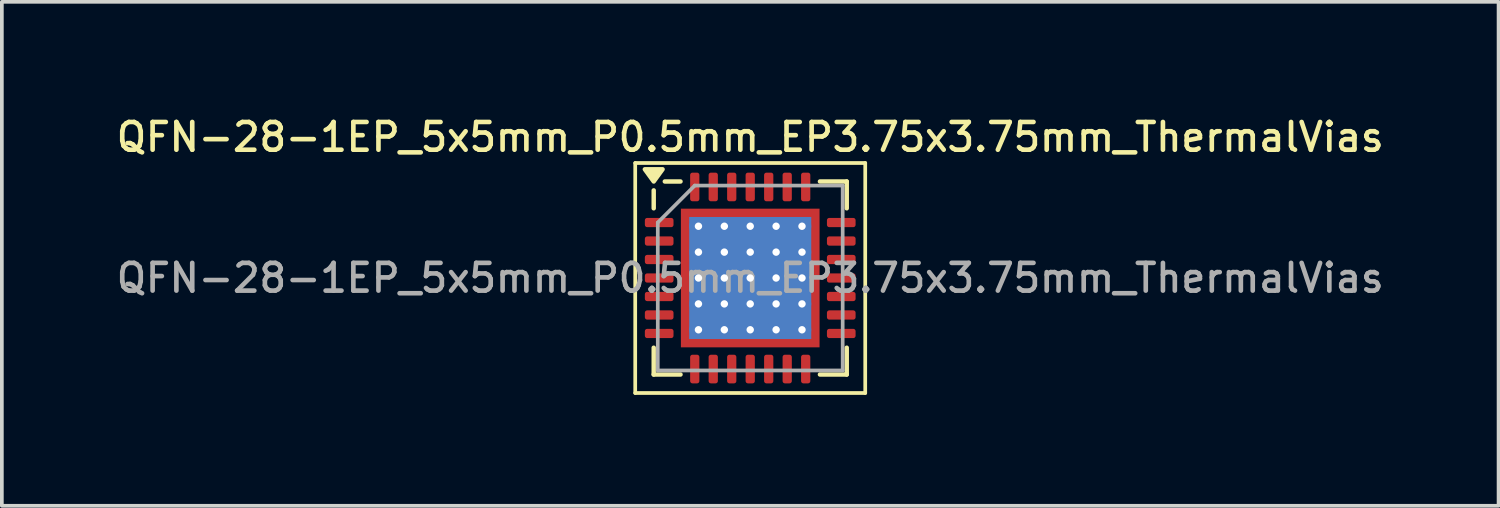
<source format=kicad_pcb>
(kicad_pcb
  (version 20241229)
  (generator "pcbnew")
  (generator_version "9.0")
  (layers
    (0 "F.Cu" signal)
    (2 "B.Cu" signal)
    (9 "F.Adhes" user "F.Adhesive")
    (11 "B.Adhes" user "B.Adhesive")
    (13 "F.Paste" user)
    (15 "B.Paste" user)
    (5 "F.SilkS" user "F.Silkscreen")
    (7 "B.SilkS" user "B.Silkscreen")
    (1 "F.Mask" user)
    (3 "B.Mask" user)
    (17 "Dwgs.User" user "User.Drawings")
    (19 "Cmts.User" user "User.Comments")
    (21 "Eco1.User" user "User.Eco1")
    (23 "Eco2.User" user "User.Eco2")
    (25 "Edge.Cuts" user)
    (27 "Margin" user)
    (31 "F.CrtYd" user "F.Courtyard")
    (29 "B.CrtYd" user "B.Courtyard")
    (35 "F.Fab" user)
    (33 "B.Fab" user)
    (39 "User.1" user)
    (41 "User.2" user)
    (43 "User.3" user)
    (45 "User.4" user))
  (footprint "QFN-28-1EP_5x5mm_P0.5mm_EP3.75x3.75mm_ThermalVias"
    (layer "F.Cu")
    (at 17.238 4.468)
    (property "Reference" "QFN-28-1EP_5x5mm_P0.5mm_EP3.75x3.75mm_ThermalVias" (at 0 -3.81 0) (layer "F.SilkS") (effects (font (size 0.75 0.75) (thickness 0.125))))
    (attr smd)
    (fp_line (start -3.11 -3.11) (end -3.11 3.11) (stroke (width 0.1) (type solid)) (layer "F.SilkS"))
    (fp_line (start -3.11 3.11) (end 3.11 3.11) (stroke (width 0.1) (type solid)) (layer "F.SilkS"))
    (fp_line (start -2.61 -1.885) (end -2.61 -2.37) (stroke (width 0.12) (type solid)) (layer "F.SilkS"))
    (fp_line (start -2.61 2.61) (end -2.61 1.885) (stroke (width 0.12) (type solid)) (layer "F.SilkS"))
    (fp_line (start -1.885 -2.61) (end -2.31 -2.61) (stroke (width 0.12) (type solid)) (layer "F.SilkS"))
    (fp_line (start -1.885 2.61) (end -2.61 2.61) (stroke (width 0.12) (type solid)) (layer "F.SilkS"))
    (fp_line (start 1.885 -2.61) (end 2.61 -2.61) (stroke (width 0.12) (type solid)) (layer "F.SilkS"))
    (fp_line (start 1.885 2.61) (end 2.61 2.61) (stroke (width 0.12) (type solid)) (layer "F.SilkS"))
    (fp_line (start 2.61 -2.61) (end 2.61 -1.885) (stroke (width 0.12) (type solid)) (layer "F.SilkS"))
    (fp_line (start 2.61 2.61) (end 2.61 1.885) (stroke (width 0.12) (type solid)) (layer "F.SilkS"))
    (fp_line (start 3.11 -3.11) (end -3.11 -3.11) (stroke (width 0.1) (type solid)) (layer "F.SilkS"))
    (fp_line (start 3.11 3.11) (end 3.11 -3.11) (stroke (width 0.1) (type solid)) (layer "F.SilkS"))
    (fp_poly (pts (xy -2.61 -2.61) (xy -2.85 -2.94) (xy -2.37 -2.94) (xy -2.61 -2.61)) (stroke (width 0.12) (type solid)) (fill yes) (layer "F.SilkS"))
    (fp_line (start -2.5 -1.5) (end -1.5 -2.5) (stroke (width 0.1) (type solid)) (layer "F.Fab"))
    (fp_line (start -2.5 2.5) (end -2.5 -1.5) (stroke (width 0.1) (type solid)) (layer "F.Fab"))
    (fp_line (start -1.5 -2.5) (end 2.5 -2.5) (stroke (width 0.1) (type solid)) (layer "F.Fab"))
    (fp_line (start 2.5 -2.5) (end 2.5 2.5) (stroke (width 0.1) (type solid)) (layer "F.Fab"))
    (fp_line (start 2.5 2.5) (end -2.5 2.5) (stroke (width 0.1) (type solid)) (layer "F.Fab"))
    (fp_text user "${REFERENCE}" (at 0 0 0) (layer "F.Fab") (effects (font (size 0.75 0.75) (thickness 0.125))))
    (pad "" smd custom (at -1.637 -1.637) (size 0.248 0.248) (layers "F.Paste") (options (anchor circle)) (primitives (gr_poly (pts (xy -0.096 -0.096) (xy 0.096 -0.096) (xy 0.096 -0.039) (xy -0.039 0.096) (xy -0.096 0.096)) (width 0.191) (fill yes))))
    (pad "" smd custom (at -1.637 -1.05) (size 0.263 0.263) (layers "F.Paste") (options (anchor circle)) (primitives (gr_poly (pts (xy -0.096 -0.186) (xy -0.017 -0.186) (xy 0.096 -0.074) (xy 0.096 0.074) (xy -0.017 0.186) (xy -0.096 0.186)) (width 0.191) (fill yes))))
    (pad "" smd custom (at -1.637 -0.35) (size 0.263 0.263) (layers "F.Paste") (options (anchor circle)) (primitives (gr_poly (pts (xy -0.096 -0.186) (xy -0.017 -0.186) (xy 0.096 -0.074) (xy 0.096 0.074) (xy -0.017 0.186) (xy -0.096 0.186)) (width 0.191) (fill yes))))
    (pad "" smd custom (at -1.637 0.35) (size 0.263 0.263) (layers "F.Paste") (options (anchor circle)) (primitives (gr_poly (pts (xy -0.096 -0.186) (xy -0.017 -0.186) (xy 0.096 -0.074) (xy 0.096 0.074) (xy -0.017 0.186) (xy -0.096 0.186)) (width 0.191) (fill yes))))
    (pad "" smd custom (at -1.637 1.05) (size 0.263 0.263) (layers "F.Paste") (options (anchor circle)) (primitives (gr_poly (pts (xy -0.096 -0.186) (xy -0.017 -0.186) (xy 0.096 -0.074) (xy 0.096 0.074) (xy -0.017 0.186) (xy -0.096 0.186)) (width 0.191) (fill yes))))
    (pad "" smd custom (at -1.637 1.637) (size 0.248 0.248) (layers "F.Paste") (options (anchor circle)) (primitives (gr_poly (pts (xy -0.096 -0.096) (xy -0.039 -0.096) (xy 0.096 0.039) (xy 0.096 0.096) (xy -0.096 0.096)) (width 0.191) (fill yes))))
    (pad "" smd custom (at -1.05 -1.637) (size 0.263 0.263) (layers "F.Paste") (options (anchor circle)) (primitives (gr_poly (pts (xy -0.186 -0.096) (xy 0.186 -0.096) (xy 0.186 -0.017) (xy 0.074 0.096) (xy -0.074 0.096) (xy -0.186 -0.017)) (width 0.191) (fill yes))))
    (pad "" smd custom (at -1.05 -1.05) (size 0.46 0.46) (layers "F.Paste") (options (anchor circle)) (primitives (gr_poly (pts (xy -0.178 -0.092) (xy -0.092 -0.178) (xy 0.092 -0.178) (xy 0.178 -0.092) (xy 0.178 0.092) (xy 0.092 0.178) (xy -0.092 0.178) (xy -0.178 0.092)) (width 0.208) (fill yes))))
    (pad "" smd custom (at -1.05 -0.35) (size 0.46 0.46) (layers "F.Paste") (options (anchor circle)) (primitives (gr_poly (pts (xy -0.178 -0.092) (xy -0.092 -0.178) (xy 0.092 -0.178) (xy 0.178 -0.092) (xy 0.178 0.092) (xy 0.092 0.178) (xy -0.092 0.178) (xy -0.178 0.092)) (width 0.208) (fill yes))))
    (pad "" smd custom (at -1.05 0.35) (size 0.46 0.46) (layers "F.Paste") (options (anchor circle)) (primitives (gr_poly (pts (xy -0.178 -0.092) (xy -0.092 -0.178) (xy 0.092 -0.178) (xy 0.178 -0.092) (xy 0.178 0.092) (xy 0.092 0.178) (xy -0.092 0.178) (xy -0.178 0.092)) (width 0.208) (fill yes))))
    (pad "" smd custom (at -1.05 1.05) (size 0.46 0.46) (layers "F.Paste") (options (anchor circle)) (primitives (gr_poly (pts (xy -0.178 -0.092) (xy -0.092 -0.178) (xy 0.092 -0.178) (xy 0.178 -0.092) (xy 0.178 0.092) (xy 0.092 0.178) (xy -0.092 0.178) (xy -0.178 0.092)) (width 0.208) (fill yes))))
    (pad "" smd custom (at -1.05 1.637) (size 0.263 0.263) (layers "F.Paste") (options (anchor circle)) (primitives (gr_poly (pts (xy -0.186 0.017) (xy -0.074 -0.096) (xy 0.074 -0.096) (xy 0.186 0.017) (xy 0.186 0.096) (xy -0.186 0.096)) (width 0.191) (fill yes))))
    (pad "" smd custom (at -0.35 -1.637) (size 0.263 0.263) (layers "F.Paste") (options (anchor circle)) (primitives (gr_poly (pts (xy -0.186 -0.096) (xy 0.186 -0.096) (xy 0.186 -0.017) (xy 0.074 0.096) (xy -0.074 0.096) (xy -0.186 -0.017)) (width 0.191) (fill yes))))
    (pad "" smd custom (at -0.35 -1.05) (size 0.46 0.46) (layers "F.Paste") (options (anchor circle)) (primitives (gr_poly (pts (xy -0.178 -0.092) (xy -0.092 -0.178) (xy 0.092 -0.178) (xy 0.178 -0.092) (xy 0.178 0.092) (xy 0.092 0.178) (xy -0.092 0.178) (xy -0.178 0.092)) (width 0.208) (fill yes))))
    (pad "" smd custom (at -0.35 -0.35) (size 0.46 0.46) (layers "F.Paste") (options (anchor circle)) (primitives (gr_poly (pts (xy -0.178 -0.092) (xy -0.092 -0.178) (xy 0.092 -0.178) (xy 0.178 -0.092) (xy 0.178 0.092) (xy 0.092 0.178) (xy -0.092 0.178) (xy -0.178 0.092)) (width 0.208) (fill yes))))
    (pad "" smd custom (at -0.35 0.35) (size 0.46 0.46) (layers "F.Paste") (options (anchor circle)) (primitives (gr_poly (pts (xy -0.178 -0.092) (xy -0.092 -0.178) (xy 0.092 -0.178) (xy 0.178 -0.092) (xy 0.178 0.092) (xy 0.092 0.178) (xy -0.092 0.178) (xy -0.178 0.092)) (width 0.208) (fill yes))))
    (pad "" smd custom (at -0.35 1.05) (size 0.46 0.46) (layers "F.Paste") (options (anchor circle)) (primitives (gr_poly (pts (xy -0.178 -0.092) (xy -0.092 -0.178) (xy 0.092 -0.178) (xy 0.178 -0.092) (xy 0.178 0.092) (xy 0.092 0.178) (xy -0.092 0.178) (xy -0.178 0.092)) (width 0.208) (fill yes))))
    (pad "" smd custom (at -0.35 1.637) (size 0.263 0.263) (layers "F.Paste") (options (anchor circle)) (primitives (gr_poly (pts (xy -0.186 0.017) (xy -0.074 -0.096) (xy 0.074 -0.096) (xy 0.186 0.017) (xy 0.186 0.096) (xy -0.186 0.096)) (width 0.191) (fill yes))))
    (pad "" smd custom (at 0.35 -1.637) (size 0.263 0.263) (layers "F.Paste") (options (anchor circle)) (primitives (gr_poly (pts (xy -0.186 -0.096) (xy 0.186 -0.096) (xy 0.186 -0.017) (xy 0.074 0.096) (xy -0.074 0.096) (xy -0.186 -0.017)) (width 0.191) (fill yes))))
    (pad "" smd custom (at 0.35 -1.05) (size 0.46 0.46) (layers "F.Paste") (options (anchor circle)) (primitives (gr_poly (pts (xy -0.178 -0.092) (xy -0.092 -0.178) (xy 0.092 -0.178) (xy 0.178 -0.092) (xy 0.178 0.092) (xy 0.092 0.178) (xy -0.092 0.178) (xy -0.178 0.092)) (width 0.208) (fill yes))))
    (pad "" smd custom (at 0.35 -0.35) (size 0.46 0.46) (layers "F.Paste") (options (anchor circle)) (primitives (gr_poly (pts (xy -0.178 -0.092) (xy -0.092 -0.178) (xy 0.092 -0.178) (xy 0.178 -0.092) (xy 0.178 0.092) (xy 0.092 0.178) (xy -0.092 0.178) (xy -0.178 0.092)) (width 0.208) (fill yes))))
    (pad "" smd custom (at 0.35 0.35) (size 0.46 0.46) (layers "F.Paste") (options (anchor circle)) (primitives (gr_poly (pts (xy -0.178 -0.092) (xy -0.092 -0.178) (xy 0.092 -0.178) (xy 0.178 -0.092) (xy 0.178 0.092) (xy 0.092 0.178) (xy -0.092 0.178) (xy -0.178 0.092)) (width 0.208) (fill yes))))
    (pad "" smd custom (at 0.35 1.05) (size 0.46 0.46) (layers "F.Paste") (options (anchor circle)) (primitives (gr_poly (pts (xy -0.178 -0.092) (xy -0.092 -0.178) (xy 0.092 -0.178) (xy 0.178 -0.092) (xy 0.178 0.092) (xy 0.092 0.178) (xy -0.092 0.178) (xy -0.178 0.092)) (width 0.208) (fill yes))))
    (pad "" smd custom (at 0.35 1.637) (size 0.263 0.263) (layers "F.Paste") (options (anchor circle)) (primitives (gr_poly (pts (xy -0.186 0.017) (xy -0.074 -0.096) (xy 0.074 -0.096) (xy 0.186 0.017) (xy 0.186 0.096) (xy -0.186 0.096)) (width 0.191) (fill yes))))
    (pad "" smd custom (at 1.05 -1.637) (size 0.263 0.263) (layers "F.Paste") (options (anchor circle)) (primitives (gr_poly (pts (xy -0.186 -0.096) (xy 0.186 -0.096) (xy 0.186 -0.017) (xy 0.074 0.096) (xy -0.074 0.096) (xy -0.186 -0.017)) (width 0.191) (fill yes))))
    (pad "" smd custom (at 1.05 -1.05) (size 0.46 0.46) (layers "F.Paste") (options (anchor circle)) (primitives (gr_poly (pts (xy -0.178 -0.092) (xy -0.092 -0.178) (xy 0.092 -0.178) (xy 0.178 -0.092) (xy 0.178 0.092) (xy 0.092 0.178) (xy -0.092 0.178) (xy -0.178 0.092)) (width 0.208) (fill yes))))
    (pad "" smd custom (at 1.05 -0.35) (size 0.46 0.46) (layers "F.Paste") (options (anchor circle)) (primitives (gr_poly (pts (xy -0.178 -0.092) (xy -0.092 -0.178) (xy 0.092 -0.178) (xy 0.178 -0.092) (xy 0.178 0.092) (xy 0.092 0.178) (xy -0.092 0.178) (xy -0.178 0.092)) (width 0.208) (fill yes))))
    (pad "" smd custom (at 1.05 0.35) (size 0.46 0.46) (layers "F.Paste") (options (anchor circle)) (primitives (gr_poly (pts (xy -0.178 -0.092) (xy -0.092 -0.178) (xy 0.092 -0.178) (xy 0.178 -0.092) (xy 0.178 0.092) (xy 0.092 0.178) (xy -0.092 0.178) (xy -0.178 0.092)) (width 0.208) (fill yes))))
    (pad "" smd custom (at 1.05 1.05) (size 0.46 0.46) (layers "F.Paste") (options (anchor circle)) (primitives (gr_poly (pts (xy -0.178 -0.092) (xy -0.092 -0.178) (xy 0.092 -0.178) (xy 0.178 -0.092) (xy 0.178 0.092) (xy 0.092 0.178) (xy -0.092 0.178) (xy -0.178 0.092)) (width 0.208) (fill yes))))
    (pad "" smd custom (at 1.05 1.637) (size 0.263 0.263) (layers "F.Paste") (options (anchor circle)) (primitives (gr_poly (pts (xy -0.186 0.017) (xy -0.074 -0.096) (xy 0.074 -0.096) (xy 0.186 0.017) (xy 0.186 0.096) (xy -0.186 0.096)) (width 0.191) (fill yes))))
    (pad "" smd custom (at 1.637 -1.637) (size 0.248 0.248) (layers "F.Paste") (options (anchor circle)) (primitives (gr_poly (pts (xy -0.096 -0.096) (xy 0.096 -0.096) (xy 0.096 0.096) (xy 0.039 0.096) (xy -0.096 -0.039)) (width 0.191) (fill yes))))
    (pad "" smd custom (at 1.637 -1.05) (size 0.263 0.263) (layers "F.Paste") (options (anchor circle)) (primitives (gr_poly (pts (xy -0.096 -0.074) (xy 0.017 -0.186) (xy 0.096 -0.186) (xy 0.096 0.186) (xy 0.017 0.186) (xy -0.096 0.074)) (width 0.191) (fill yes))))
    (pad "" smd custom (at 1.637 -0.35) (size 0.263 0.263) (layers "F.Paste") (options (anchor circle)) (primitives (gr_poly (pts (xy -0.096 -0.074) (xy 0.017 -0.186) (xy 0.096 -0.186) (xy 0.096 0.186) (xy 0.017 0.186) (xy -0.096 0.074)) (width 0.191) (fill yes))))
    (pad "" smd custom (at 1.637 0.35) (size 0.263 0.263) (layers "F.Paste") (options (anchor circle)) (primitives (gr_poly (pts (xy -0.096 -0.074) (xy 0.017 -0.186) (xy 0.096 -0.186) (xy 0.096 0.186) (xy 0.017 0.186) (xy -0.096 0.074)) (width 0.191) (fill yes))))
    (pad "" smd custom (at 1.637 1.05) (size 0.263 0.263) (layers "F.Paste") (options (anchor circle)) (primitives (gr_poly (pts (xy -0.096 -0.074) (xy 0.017 -0.186) (xy 0.096 -0.186) (xy 0.096 0.186) (xy 0.017 0.186) (xy -0.096 0.074)) (width 0.191) (fill yes))))
    (pad "" smd custom (at 1.637 1.637) (size 0.248 0.248) (layers "F.Paste") (options (anchor circle)) (primitives (gr_poly (pts (xy -0.096 0.039) (xy 0.039 -0.096) (xy 0.096 -0.096) (xy 0.096 0.096) (xy -0.096 0.096)) (width 0.191) (fill yes))))
    (pad "1" smd roundrect (at -2.462 -1.5) (size 0.775 0.25) (layers "F.Cu" "F.Mask" "F.Paste") (roundrect_rratio 0.25))
    (pad "2" smd roundrect (at -2.462 -1) (size 0.775 0.25) (layers "F.Cu" "F.Mask" "F.Paste") (roundrect_rratio 0.25))
    (pad "3" smd roundrect (at -2.462 -0.5) (size 0.775 0.25) (layers "F.Cu" "F.Mask" "F.Paste") (roundrect_rratio 0.25))
    (pad "4" smd roundrect (at -2.462 0) (size 0.775 0.25) (layers "F.Cu" "F.Mask" "F.Paste") (roundrect_rratio 0.25))
    (pad "5" smd roundrect (at -2.462 0.5) (size 0.775 0.25) (layers "F.Cu" "F.Mask" "F.Paste") (roundrect_rratio 0.25))
    (pad "6" smd roundrect (at -2.462 1) (size 0.775 0.25) (layers "F.Cu" "F.Mask" "F.Paste") (roundrect_rratio 0.25))
    (pad "7" smd roundrect (at -2.462 1.5) (size 0.775 0.25) (layers "F.Cu" "F.Mask" "F.Paste") (roundrect_rratio 0.25))
    (pad "8" smd roundrect (at -1.5 2.462) (size 0.25 0.775) (layers "F.Cu" "F.Mask" "F.Paste") (roundrect_rratio 0.25))
    (pad "9" smd roundrect (at -1 2.462) (size 0.25 0.775) (layers "F.Cu" "F.Mask" "F.Paste") (roundrect_rratio 0.25))
    (pad "10" smd roundrect (at -0.5 2.462) (size 0.25 0.775) (layers "F.Cu" "F.Mask" "F.Paste") (roundrect_rratio 0.25))
    (pad "11" smd roundrect (at 0 2.462) (size 0.25 0.775) (layers "F.Cu" "F.Mask" "F.Paste") (roundrect_rratio 0.25))
    (pad "12" smd roundrect (at 0.5 2.462) (size 0.25 0.775) (layers "F.Cu" "F.Mask" "F.Paste") (roundrect_rratio 0.25))
    (pad "13" smd roundrect (at 1 2.462) (size 0.25 0.775) (layers "F.Cu" "F.Mask" "F.Paste") (roundrect_rratio 0.25))
    (pad "14" smd roundrect (at 1.5 2.462) (size 0.25 0.775) (layers "F.Cu" "F.Mask" "F.Paste") (roundrect_rratio 0.25))
    (pad "15" smd roundrect (at 2.462 1.5) (size 0.775 0.25) (layers "F.Cu" "F.Mask" "F.Paste") (roundrect_rratio 0.25))
    (pad "16" smd roundrect (at 2.462 1) (size 0.775 0.25) (layers "F.Cu" "F.Mask" "F.Paste") (roundrect_rratio 0.25))
    (pad "17" smd roundrect (at 2.462 0.5) (size 0.775 0.25) (layers "F.Cu" "F.Mask" "F.Paste") (roundrect_rratio 0.25))
    (pad "18" smd roundrect (at 2.462 0) (size 0.775 0.25) (layers "F.Cu" "F.Mask" "F.Paste") (roundrect_rratio 0.25))
    (pad "19" smd roundrect (at 2.462 -0.5) (size 0.775 0.25) (layers "F.Cu" "F.Mask" "F.Paste") (roundrect_rratio 0.25))
    (pad "20" smd roundrect (at 2.462 -1) (size 0.775 0.25) (layers "F.Cu" "F.Mask" "F.Paste") (roundrect_rratio 0.25))
    (pad "21" smd roundrect (at 2.462 -1.5) (size 0.775 0.25) (layers "F.Cu" "F.Mask" "F.Paste") (roundrect_rratio 0.25))
    (pad "22" smd roundrect (at 1.5 -2.462) (size 0.25 0.775) (layers "F.Cu" "F.Mask" "F.Paste") (roundrect_rratio 0.25))
    (pad "23" smd roundrect (at 1 -2.462) (size 0.25 0.775) (layers "F.Cu" "F.Mask" "F.Paste") (roundrect_rratio 0.25))
    (pad "24" smd roundrect (at 0.5 -2.462) (size 0.25 0.775) (layers "F.Cu" "F.Mask" "F.Paste") (roundrect_rratio 0.25))
    (pad "25" smd roundrect (at 0 -2.462) (size 0.25 0.775) (layers "F.Cu" "F.Mask" "F.Paste") (roundrect_rratio 0.25))
    (pad "26" smd roundrect (at -0.5 -2.462) (size 0.25 0.775) (layers "F.Cu" "F.Mask" "F.Paste") (roundrect_rratio 0.25))
    (pad "27" smd roundrect (at -1 -2.462) (size 0.25 0.775) (layers "F.Cu" "F.Mask" "F.Paste") (roundrect_rratio 0.25))
    (pad "28" smd roundrect (at -1.5 -2.462) (size 0.25 0.775) (layers "F.Cu" "F.Mask" "F.Paste") (roundrect_rratio 0.25))
    (pad "29" thru_hole circle (at -1.4 -1.4) (size 0.5 0.5) (drill 0.2) (property pad_prop_heatsink) (layers "*.Cu"))
    (pad "29" thru_hole circle (at -1.4 -0.7) (size 0.5 0.5) (drill 0.2) (property pad_prop_heatsink) (layers "*.Cu"))
    (pad "29" thru_hole circle (at -1.4 0) (size 0.5 0.5) (drill 0.2) (property pad_prop_heatsink) (layers "*.Cu"))
    (pad "29" thru_hole circle (at -1.4 0.7) (size 0.5 0.5) (drill 0.2) (property pad_prop_heatsink) (layers "*.Cu"))
    (pad "29" thru_hole circle (at -1.4 1.4) (size 0.5 0.5) (drill 0.2) (property pad_prop_heatsink) (layers "*.Cu"))
    (pad "29" thru_hole circle (at -0.7 -1.4) (size 0.5 0.5) (drill 0.2) (property pad_prop_heatsink) (layers "*.Cu"))
    (pad "29" thru_hole circle (at -0.7 -0.7) (size 0.5 0.5) (drill 0.2) (property pad_prop_heatsink) (layers "*.Cu"))
    (pad "29" thru_hole circle (at -0.7 0) (size 0.5 0.5) (drill 0.2) (property pad_prop_heatsink) (layers "*.Cu"))
    (pad "29" thru_hole circle (at -0.7 0.7) (size 0.5 0.5) (drill 0.2) (property pad_prop_heatsink) (layers "*.Cu"))
    (pad "29" thru_hole circle (at -0.7 1.4) (size 0.5 0.5) (drill 0.2) (property pad_prop_heatsink) (layers "*.Cu"))
    (pad "29" thru_hole circle (at 0 -1.4) (size 0.5 0.5) (drill 0.2) (property pad_prop_heatsink) (layers "*.Cu"))
    (pad "29" thru_hole circle (at 0 -0.7) (size 0.5 0.5) (drill 0.2) (property pad_prop_heatsink) (layers "*.Cu"))
    (pad "29" thru_hole circle (at 0 0) (size 0.5 0.5) (drill 0.2) (property pad_prop_heatsink) (layers "*.Cu"))
    (pad "29" smd rect (at 0 0) (size 3.3 3.3) (property pad_prop_heatsink) (layers "B.Cu"))
    (pad "29" smd rect (at 0 0) (size 3.75 3.75) (property pad_prop_heatsink) (layers "F.Cu" "F.Mask"))
    (pad "29" thru_hole circle (at 0 0.7) (size 0.5 0.5) (drill 0.2) (property pad_prop_heatsink) (layers "*.Cu"))
    (pad "29" thru_hole circle (at 0 1.4) (size 0.5 0.5) (drill 0.2) (property pad_prop_heatsink) (layers "*.Cu"))
    (pad "29" thru_hole circle (at 0.7 -1.4) (size 0.5 0.5) (drill 0.2) (property pad_prop_heatsink) (layers "*.Cu"))
    (pad "29" thru_hole circle (at 0.7 -0.7) (size 0.5 0.5) (drill 0.2) (property pad_prop_heatsink) (layers "*.Cu"))
    (pad "29" thru_hole circle (at 0.7 0) (size 0.5 0.5) (drill 0.2) (property pad_prop_heatsink) (layers "*.Cu"))
    (pad "29" thru_hole circle (at 0.7 0.7) (size 0.5 0.5) (drill 0.2) (property pad_prop_heatsink) (layers "*.Cu"))
    (pad "29" thru_hole circle (at 0.7 1.4) (size 0.5 0.5) (drill 0.2) (property pad_prop_heatsink) (layers "*.Cu"))
    (pad "29" thru_hole circle (at 1.4 -1.4) (size 0.5 0.5) (drill 0.2) (property pad_prop_heatsink) (layers "*.Cu"))
    (pad "29" thru_hole circle (at 1.4 -0.7) (size 0.5 0.5) (drill 0.2) (property pad_prop_heatsink) (layers "*.Cu"))
    (pad "29" thru_hole circle (at 1.4 0) (size 0.5 0.5) (drill 0.2) (property pad_prop_heatsink) (layers "*.Cu"))
    (pad "29" thru_hole circle (at 1.4 0.7) (size 0.5 0.5) (drill 0.2) (property pad_prop_heatsink) (layers "*.Cu"))
    (pad "29" thru_hole circle (at 1.4 1.4) (size 0.5 0.5) (drill 0.2) (property pad_prop_heatsink) (layers "*.Cu")))
  (gr_rect
    (start -3 -3)
    (end 37.475 10.628)
    (stroke (width 0.1) (type default))
    (fill no)
    (layer "Edge.Cuts")))
</source>
